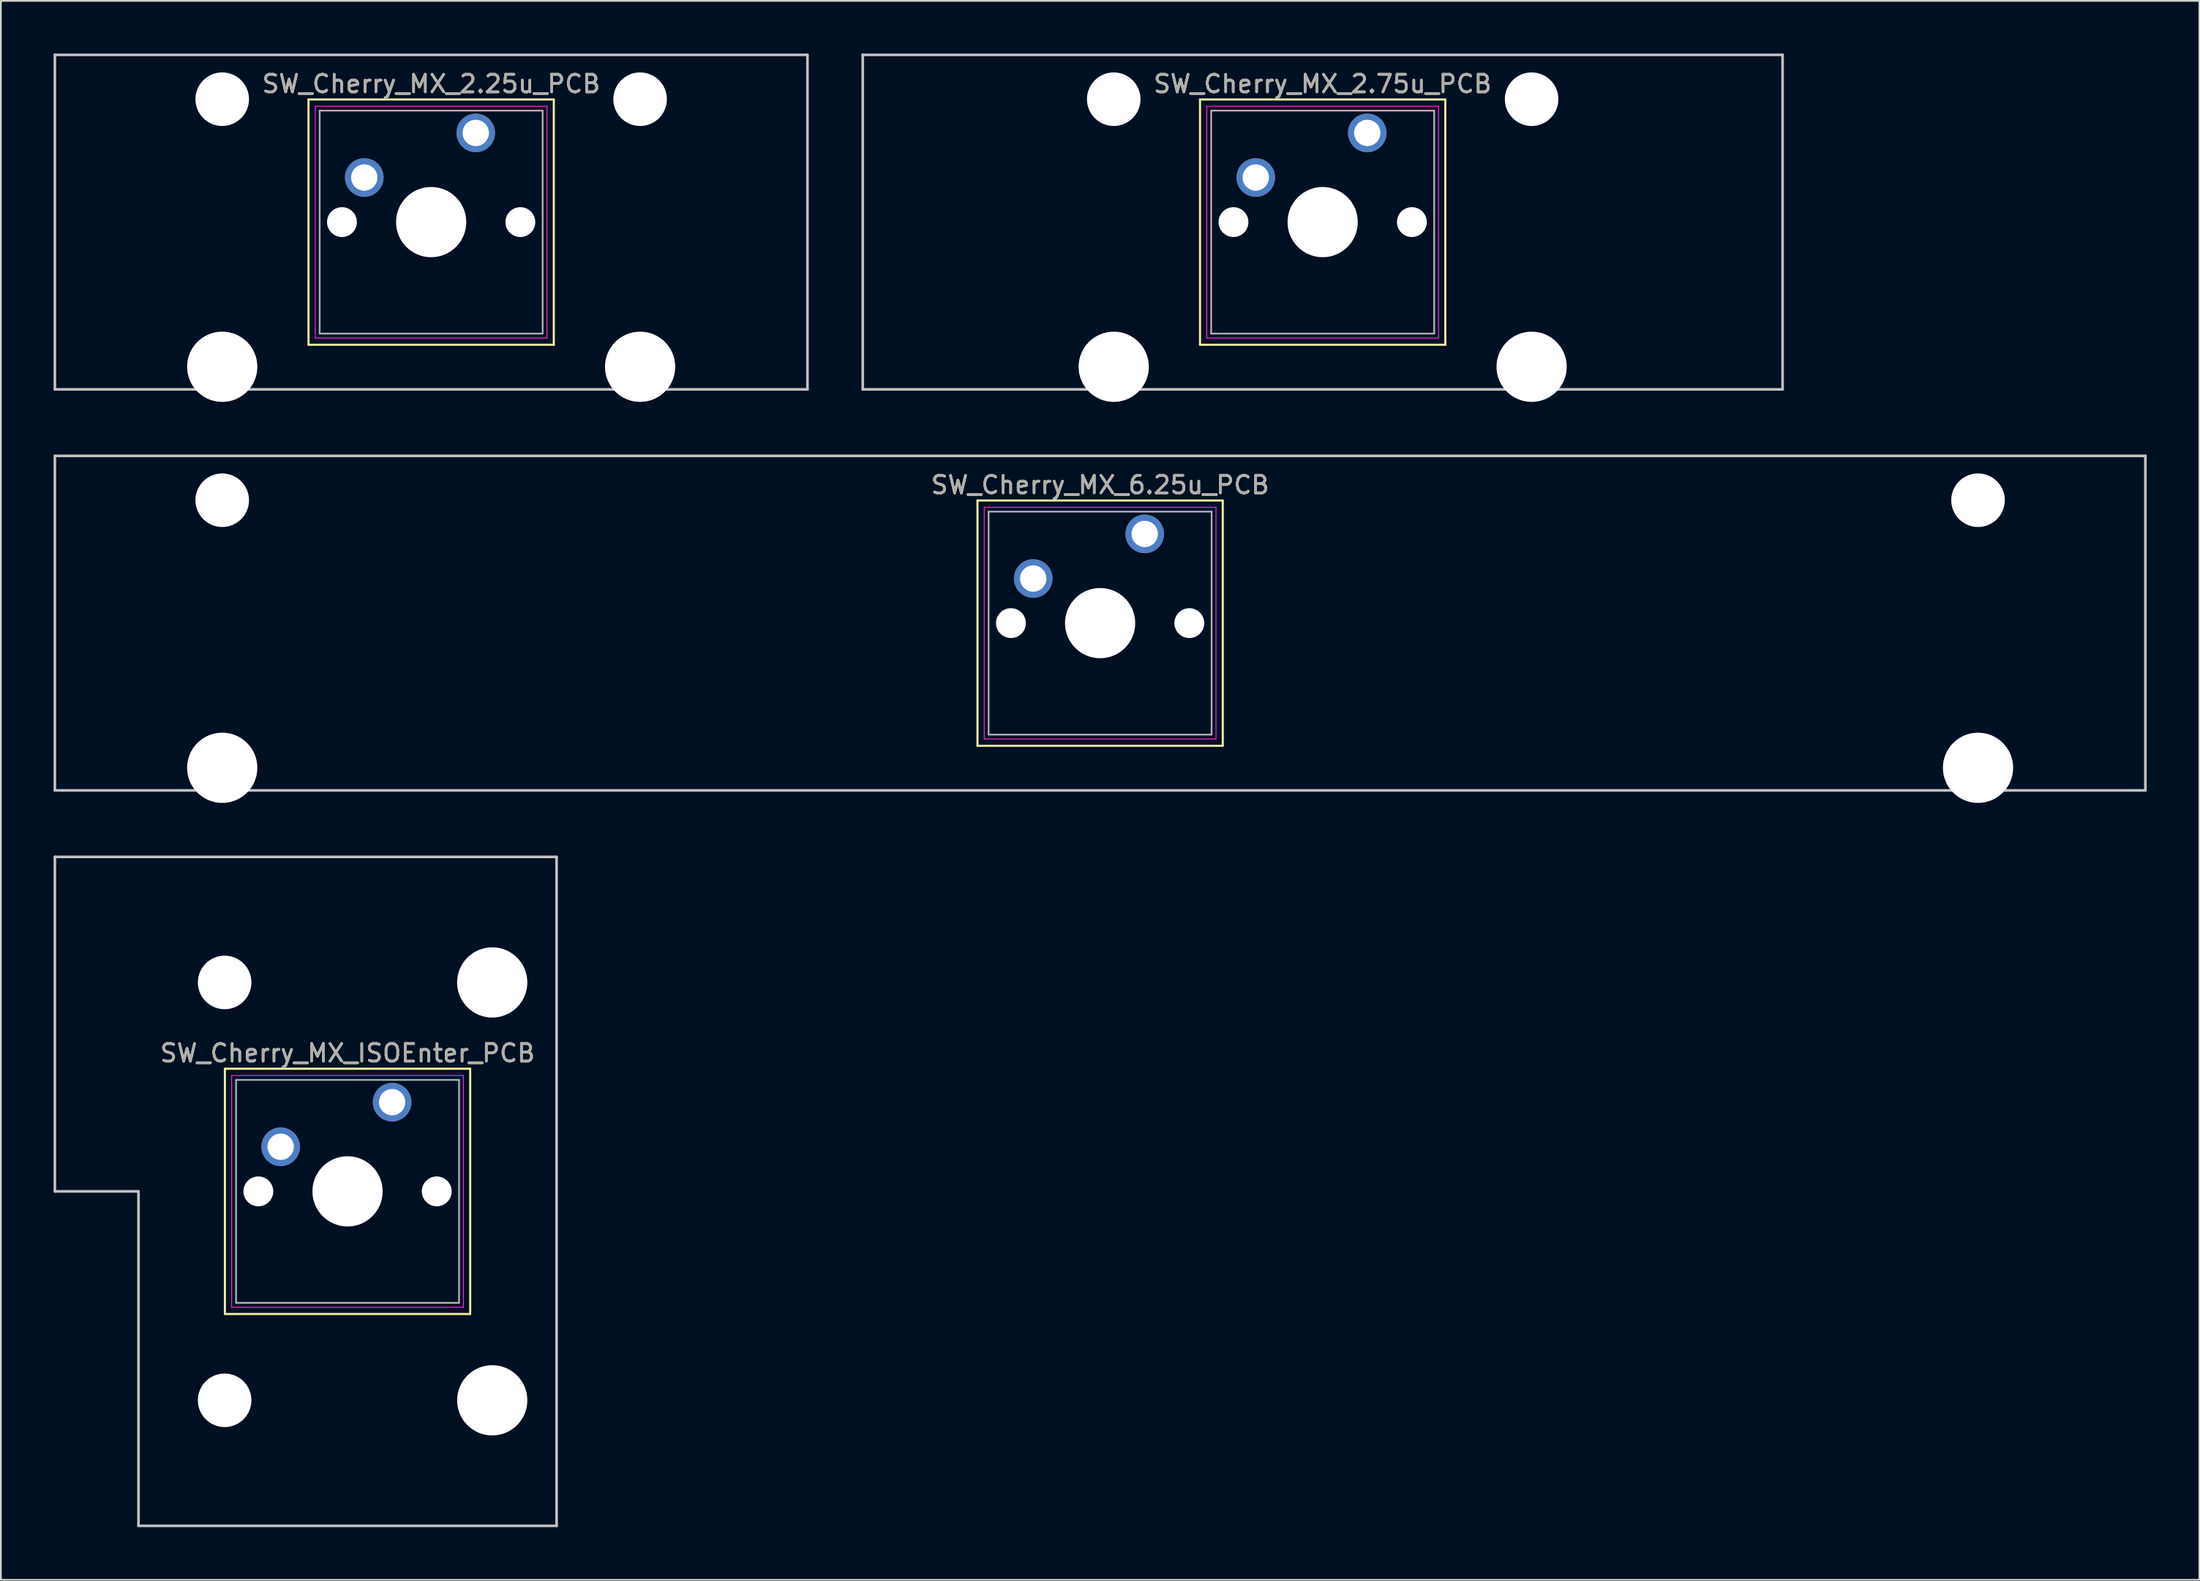
<source format=kicad_pcb>
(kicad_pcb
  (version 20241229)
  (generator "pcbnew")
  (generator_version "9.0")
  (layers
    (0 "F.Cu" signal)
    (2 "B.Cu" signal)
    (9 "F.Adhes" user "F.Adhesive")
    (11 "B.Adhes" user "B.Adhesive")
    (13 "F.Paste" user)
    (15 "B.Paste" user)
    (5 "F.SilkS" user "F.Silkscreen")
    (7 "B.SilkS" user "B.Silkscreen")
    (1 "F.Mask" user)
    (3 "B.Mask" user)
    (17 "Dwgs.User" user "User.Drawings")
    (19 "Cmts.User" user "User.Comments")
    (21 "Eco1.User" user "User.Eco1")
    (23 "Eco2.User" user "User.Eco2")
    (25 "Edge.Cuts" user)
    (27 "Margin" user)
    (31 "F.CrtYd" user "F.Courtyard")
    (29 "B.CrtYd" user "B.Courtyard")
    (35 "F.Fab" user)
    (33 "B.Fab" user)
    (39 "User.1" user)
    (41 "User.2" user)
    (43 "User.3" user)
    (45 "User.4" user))
  (footprint "SW_Cherry_MX_6.25u_PCB"
    (layer "F.Cu")
    (at 62.146 27.36)
    (property "Reference" "SW_Cherry_MX_6.25u_PCB" (at -2.54 -2.794 0) (layer "F.SilkS") (effects (font (size 1 1) (thickness 0.15))))
    (attr through_hole)
    (fp_line (start -9.525 -1.905) (end 4.445 -1.905) (stroke (width 0.12) (type solid)) (layer "F.SilkS"))
    (fp_line (start -9.525 12.065) (end -9.525 -1.905) (stroke (width 0.12) (type solid)) (layer "F.SilkS"))
    (fp_line (start 4.445 -1.905) (end 4.445 12.065) (stroke (width 0.12) (type solid)) (layer "F.SilkS"))
    (fp_line (start 4.445 12.065) (end -9.525 12.065) (stroke (width 0.12) (type solid)) (layer "F.SilkS"))
    (fp_line (start -62.071 -4.445) (end 56.991 -4.445) (stroke (width 0.15) (type solid)) (layer "Dwgs.User"))
    (fp_line (start -62.071 14.605) (end -62.071 -4.445) (stroke (width 0.15) (type solid)) (layer "Dwgs.User"))
    (fp_line (start 56.991 -4.445) (end 56.991 14.605) (stroke (width 0.15) (type solid)) (layer "Dwgs.User"))
    (fp_line (start 56.991 14.605) (end -62.071 14.605) (stroke (width 0.15) (type solid)) (layer "Dwgs.User"))
    (fp_line (start -9.14 -1.52) (end 4.06 -1.52) (stroke (width 0.05) (type solid)) (layer "F.CrtYd"))
    (fp_line (start -9.14 11.68) (end -9.14 -1.52) (stroke (width 0.05) (type solid)) (layer "F.CrtYd"))
    (fp_line (start 4.06 -1.52) (end 4.06 11.68) (stroke (width 0.05) (type solid)) (layer "F.CrtYd"))
    (fp_line (start 4.06 11.68) (end -9.14 11.68) (stroke (width 0.05) (type solid)) (layer "F.CrtYd"))
    (fp_line (start -8.89 -1.27) (end 3.81 -1.27) (stroke (width 0.1) (type solid)) (layer "F.Fab"))
    (fp_line (start -8.89 11.43) (end -8.89 -1.27) (stroke (width 0.1) (type solid)) (layer "F.Fab"))
    (fp_line (start 3.81 -1.27) (end 3.81 11.43) (stroke (width 0.1) (type solid)) (layer "F.Fab"))
    (fp_line (start 3.81 11.43) (end -8.89 11.43) (stroke (width 0.1) (type solid)) (layer "F.Fab"))
    (fp_text user "${REFERENCE}" (at -2.54 -2.794 0) (layer "F.Fab") (effects (font (size 1 1) (thickness 0.15))))
    (pad "" np_thru_hole circle (at -52.54 -1.92) (size 3.05 3.05) (drill 3.05) (layers "*.Cu" "*.Mask"))
    (pad "" np_thru_hole circle (at -52.54 13.32) (size 4 4) (drill 4) (layers "*.Cu" "*.Mask"))
    (pad "" np_thru_hole circle (at -7.62 5.08) (size 1.7 1.7) (drill 1.7) (layers "*.Cu" "*.Mask"))
    (pad "" np_thru_hole circle (at -2.54 5.08) (size 4 4) (drill 4) (layers "*.Cu" "*.Mask"))
    (pad "" np_thru_hole circle (at 2.54 5.08) (size 1.7 1.7) (drill 1.7) (layers "*.Cu" "*.Mask"))
    (pad "" np_thru_hole circle (at 47.46 -1.92) (size 3.05 3.05) (drill 3.05) (layers "*.Cu" "*.Mask"))
    (pad "" np_thru_hole circle (at 47.46 13.32) (size 4 4) (drill 4) (layers "*.Cu" "*.Mask"))
    (pad "1" thru_hole circle (at 0 0) (size 2.2 2.2) (drill 1.5) (layers "*.Cu" "*.Mask"))
    (pad "2" thru_hole circle (at -6.35 2.54) (size 2.2 2.2) (drill 1.5) (layers "*.Cu" "*.Mask")))
  (footprint "SW_Cherry_MX_ISOEnter_PCB"
    (layer "F.Cu")
    (at 19.284 59.725)
    (property "Reference" "SW_Cherry_MX_ISOEnter_PCB" (at -2.54 -2.794 0) (layer "F.SilkS") (effects (font (size 1 1) (thickness 0.15))))
    (attr through_hole)
    (fp_line (start -9.525 -1.905) (end 4.445 -1.905) (stroke (width 0.12) (type solid)) (layer "F.SilkS"))
    (fp_line (start -9.525 12.065) (end -9.525 -1.905) (stroke (width 0.12) (type solid)) (layer "F.SilkS"))
    (fp_line (start 4.445 -1.905) (end 4.445 12.065) (stroke (width 0.12) (type solid)) (layer "F.SilkS"))
    (fp_line (start 4.445 12.065) (end -9.525 12.065) (stroke (width 0.12) (type solid)) (layer "F.SilkS"))
    (fp_line (start -19.209 -13.97) (end 9.366 -13.97) (stroke (width 0.15) (type solid)) (layer "Dwgs.User"))
    (fp_line (start -19.209 5.08) (end -19.209 -13.97) (stroke (width 0.15) (type solid)) (layer "Dwgs.User"))
    (fp_line (start -14.446 5.08) (end -19.209 5.08) (stroke (width 0.15) (type solid)) (layer "Dwgs.User"))
    (fp_line (start -14.446 24.13) (end -14.446 5.08) (stroke (width 0.15) (type solid)) (layer "Dwgs.User"))
    (fp_line (start 9.366 -13.97) (end 9.366 24.13) (stroke (width 0.15) (type solid)) (layer "Dwgs.User"))
    (fp_line (start 9.366 24.13) (end -14.446 24.13) (stroke (width 0.15) (type solid)) (layer "Dwgs.User"))
    (fp_line (start -9.14 -1.52) (end 4.06 -1.52) (stroke (width 0.05) (type solid)) (layer "F.CrtYd"))
    (fp_line (start -9.14 11.68) (end -9.14 -1.52) (stroke (width 0.05) (type solid)) (layer "F.CrtYd"))
    (fp_line (start 4.06 -1.52) (end 4.06 11.68) (stroke (width 0.05) (type solid)) (layer "F.CrtYd"))
    (fp_line (start 4.06 11.68) (end -9.14 11.68) (stroke (width 0.05) (type solid)) (layer "F.CrtYd"))
    (fp_line (start -8.89 -1.27) (end 3.81 -1.27) (stroke (width 0.1) (type solid)) (layer "F.Fab"))
    (fp_line (start -8.89 11.43) (end -8.89 -1.27) (stroke (width 0.1) (type solid)) (layer "F.Fab"))
    (fp_line (start 3.81 -1.27) (end 3.81 11.43) (stroke (width 0.1) (type solid)) (layer "F.Fab"))
    (fp_line (start 3.81 11.43) (end -8.89 11.43) (stroke (width 0.1) (type solid)) (layer "F.Fab"))
    (fp_text user "${REFERENCE}" (at -2.54 -2.794 0) (layer "F.Fab") (effects (font (size 1 1) (thickness 0.15))))
    (pad "" np_thru_hole circle (at -9.54 -6.82) (size 3.05 3.05) (drill 3.05) (layers "*.Cu" "*.Mask"))
    (pad "" np_thru_hole circle (at -9.54 16.98) (size 3.05 3.05) (drill 3.05) (layers "*.Cu" "*.Mask"))
    (pad "" np_thru_hole circle (at -7.62 5.08) (size 1.7 1.7) (drill 1.7) (layers "*.Cu" "*.Mask"))
    (pad "" np_thru_hole circle (at -2.54 5.08) (size 4 4) (drill 4) (layers "*.Cu" "*.Mask"))
    (pad "" np_thru_hole circle (at 2.54 5.08) (size 1.7 1.7) (drill 1.7) (layers "*.Cu" "*.Mask"))
    (pad "" np_thru_hole circle (at 5.7 -6.82) (size 4 4) (drill 4) (layers "*.Cu" "*.Mask"))
    (pad "" np_thru_hole circle (at 5.7 16.98) (size 4 4) (drill 4) (layers "*.Cu" "*.Mask"))
    (pad "1" thru_hole circle (at 0 0) (size 2.2 2.2) (drill 1.5) (layers "*.Cu" "*.Mask"))
    (pad "2" thru_hole circle (at -6.35 2.54) (size 2.2 2.2) (drill 1.5) (layers "*.Cu" "*.Mask")))
  (footprint "SW_Cherry_MX_2.25u_PCB"
    (layer "F.Cu")
    (at 24.046 4.52)
    (property "Reference" "SW_Cherry_MX_2.25u_PCB" (at -2.54 -2.794 0) (layer "F.SilkS") (effects (font (size 1 1) (thickness 0.15))))
    (attr through_hole)
    (fp_line (start -9.525 -1.905) (end 4.445 -1.905) (stroke (width 0.12) (type solid)) (layer "F.SilkS"))
    (fp_line (start -9.525 12.065) (end -9.525 -1.905) (stroke (width 0.12) (type solid)) (layer "F.SilkS"))
    (fp_line (start 4.445 -1.905) (end 4.445 12.065) (stroke (width 0.12) (type solid)) (layer "F.SilkS"))
    (fp_line (start 4.445 12.065) (end -9.525 12.065) (stroke (width 0.12) (type solid)) (layer "F.SilkS"))
    (fp_line (start -23.971 -4.445) (end 18.891 -4.445) (stroke (width 0.15) (type solid)) (layer "Dwgs.User"))
    (fp_line (start -23.971 14.605) (end -23.971 -4.445) (stroke (width 0.15) (type solid)) (layer "Dwgs.User"))
    (fp_line (start 18.891 -4.445) (end 18.891 14.605) (stroke (width 0.15) (type solid)) (layer "Dwgs.User"))
    (fp_line (start 18.891 14.605) (end -23.971 14.605) (stroke (width 0.15) (type solid)) (layer "Dwgs.User"))
    (fp_line (start -9.14 -1.52) (end 4.06 -1.52) (stroke (width 0.05) (type solid)) (layer "F.CrtYd"))
    (fp_line (start -9.14 11.68) (end -9.14 -1.52) (stroke (width 0.05) (type solid)) (layer "F.CrtYd"))
    (fp_line (start 4.06 -1.52) (end 4.06 11.68) (stroke (width 0.05) (type solid)) (layer "F.CrtYd"))
    (fp_line (start 4.06 11.68) (end -9.14 11.68) (stroke (width 0.05) (type solid)) (layer "F.CrtYd"))
    (fp_line (start -8.89 -1.27) (end 3.81 -1.27) (stroke (width 0.1) (type solid)) (layer "F.Fab"))
    (fp_line (start -8.89 11.43) (end -8.89 -1.27) (stroke (width 0.1) (type solid)) (layer "F.Fab"))
    (fp_line (start 3.81 -1.27) (end 3.81 11.43) (stroke (width 0.1) (type solid)) (layer "F.Fab"))
    (fp_line (start 3.81 11.43) (end -8.89 11.43) (stroke (width 0.1) (type solid)) (layer "F.Fab"))
    (fp_text user "${REFERENCE}" (at -2.54 -2.794 0) (layer "F.Fab") (effects (font (size 1 1) (thickness 0.15))))
    (pad "" np_thru_hole circle (at -14.44 -1.92) (size 3.05 3.05) (drill 3.05) (layers "*.Cu" "*.Mask"))
    (pad "" np_thru_hole circle (at -14.44 13.32) (size 4 4) (drill 4) (layers "*.Cu" "*.Mask"))
    (pad "" np_thru_hole circle (at -7.62 5.08) (size 1.7 1.7) (drill 1.7) (layers "*.Cu" "*.Mask"))
    (pad "" np_thru_hole circle (at -2.54 5.08) (size 4 4) (drill 4) (layers "*.Cu" "*.Mask"))
    (pad "" np_thru_hole circle (at 2.54 5.08) (size 1.7 1.7) (drill 1.7) (layers "*.Cu" "*.Mask"))
    (pad "" np_thru_hole circle (at 9.36 -1.92) (size 3.05 3.05) (drill 3.05) (layers "*.Cu" "*.Mask"))
    (pad "" np_thru_hole circle (at 9.36 13.32) (size 4 4) (drill 4) (layers "*.Cu" "*.Mask"))
    (pad "1" thru_hole circle (at 0 0) (size 2.2 2.2) (drill 1.5) (layers "*.Cu" "*.Mask"))
    (pad "2" thru_hole circle (at -6.35 2.54) (size 2.2 2.2) (drill 1.5) (layers "*.Cu" "*.Mask")))
  (footprint "SW_Cherry_MX_2.75u_PCB"
    (layer "F.Cu")
    (at 74.821 4.52)
    (property "Reference" "SW_Cherry_MX_2.75u_PCB" (at -2.54 -2.794 0) (layer "F.SilkS") (effects (font (size 1 1) (thickness 0.15))))
    (attr through_hole)
    (fp_line (start -9.525 -1.905) (end 4.445 -1.905) (stroke (width 0.12) (type solid)) (layer "F.SilkS"))
    (fp_line (start -9.525 12.065) (end -9.525 -1.905) (stroke (width 0.12) (type solid)) (layer "F.SilkS"))
    (fp_line (start 4.445 -1.905) (end 4.445 12.065) (stroke (width 0.12) (type solid)) (layer "F.SilkS"))
    (fp_line (start 4.445 12.065) (end -9.525 12.065) (stroke (width 0.12) (type solid)) (layer "F.SilkS"))
    (fp_line (start -28.734 -4.445) (end 23.654 -4.445) (stroke (width 0.15) (type solid)) (layer "Dwgs.User"))
    (fp_line (start -28.734 14.605) (end -28.734 -4.445) (stroke (width 0.15) (type solid)) (layer "Dwgs.User"))
    (fp_line (start 23.654 -4.445) (end 23.654 14.605) (stroke (width 0.15) (type solid)) (layer "Dwgs.User"))
    (fp_line (start 23.654 14.605) (end -28.734 14.605) (stroke (width 0.15) (type solid)) (layer "Dwgs.User"))
    (fp_line (start -9.14 -1.52) (end 4.06 -1.52) (stroke (width 0.05) (type solid)) (layer "F.CrtYd"))
    (fp_line (start -9.14 11.68) (end -9.14 -1.52) (stroke (width 0.05) (type solid)) (layer "F.CrtYd"))
    (fp_line (start 4.06 -1.52) (end 4.06 11.68) (stroke (width 0.05) (type solid)) (layer "F.CrtYd"))
    (fp_line (start 4.06 11.68) (end -9.14 11.68) (stroke (width 0.05) (type solid)) (layer "F.CrtYd"))
    (fp_line (start -8.89 -1.27) (end 3.81 -1.27) (stroke (width 0.1) (type solid)) (layer "F.Fab"))
    (fp_line (start -8.89 11.43) (end -8.89 -1.27) (stroke (width 0.1) (type solid)) (layer "F.Fab"))
    (fp_line (start 3.81 -1.27) (end 3.81 11.43) (stroke (width 0.1) (type solid)) (layer "F.Fab"))
    (fp_line (start 3.81 11.43) (end -8.89 11.43) (stroke (width 0.1) (type solid)) (layer "F.Fab"))
    (fp_text user "${REFERENCE}" (at -2.54 -2.794 0) (layer "F.Fab") (effects (font (size 1 1) (thickness 0.15))))
    (pad "" np_thru_hole circle (at -14.44 -1.92) (size 3.05 3.05) (drill 3.05) (layers "*.Cu" "*.Mask"))
    (pad "" np_thru_hole circle (at -14.44 13.32) (size 4 4) (drill 4) (layers "*.Cu" "*.Mask"))
    (pad "" np_thru_hole circle (at -7.62 5.08) (size 1.7 1.7) (drill 1.7) (layers "*.Cu" "*.Mask"))
    (pad "" np_thru_hole circle (at -2.54 5.08) (size 4 4) (drill 4) (layers "*.Cu" "*.Mask"))
    (pad "" np_thru_hole circle (at 2.54 5.08) (size 1.7 1.7) (drill 1.7) (layers "*.Cu" "*.Mask"))
    (pad "" np_thru_hole circle (at 9.36 -1.92) (size 3.05 3.05) (drill 3.05) (layers "*.Cu" "*.Mask"))
    (pad "" np_thru_hole circle (at 9.36 13.32) (size 4 4) (drill 4) (layers "*.Cu" "*.Mask"))
    (pad "1" thru_hole circle (at 0 0) (size 2.2 2.2) (drill 1.5) (layers "*.Cu" "*.Mask"))
    (pad "2" thru_hole circle (at -6.35 2.54) (size 2.2 2.2) (drill 1.5) (layers "*.Cu" "*.Mask")))
  (gr_rect
    (start -3 -3)
    (end 122.213 86.93)
    (stroke (width 0.1) (type default))
    (fill no)
    (layer "Edge.Cuts")))
</source>
